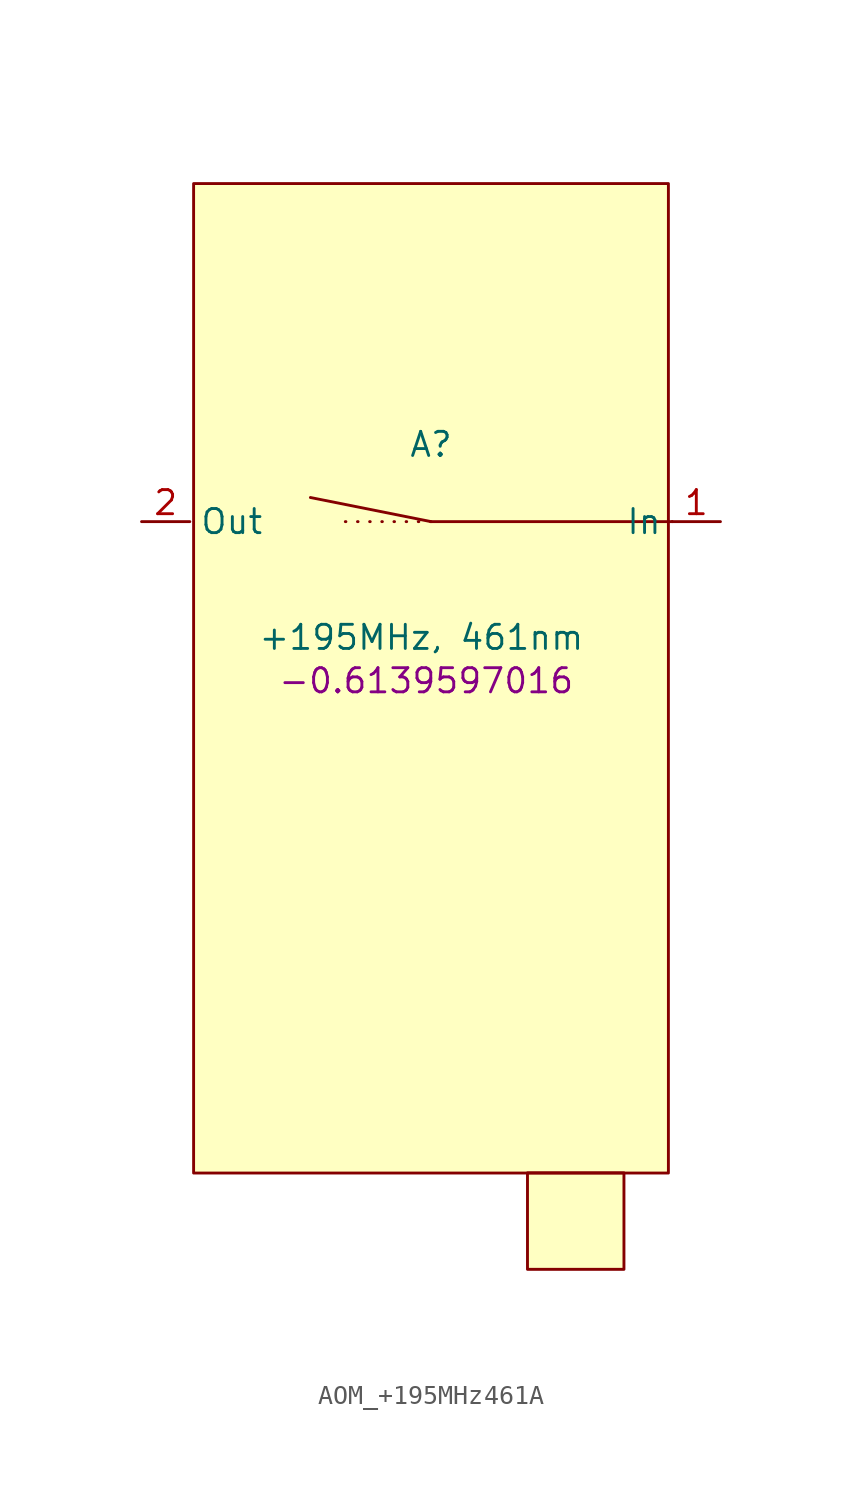
<source format=kicad_sym>
(kicad_symbol_lib
  (version 20241209)
  (generator "kicad_symbol_editor")
  (generator_version "9.0")
  (symbol "AOM_+195MHz461A"
    (property "Reference" "A"
      (at 0 4.064 0)
      (effects (font (size 1.27 1.27))))
    (property "Value" "+195MHz, 461nm"
      (at -0.508 -6.096 0)
      (effects (font (size 1.27 1.27))))
    (property "Angle" "-0.6139597016"
      (at -0.254 -8.382 0)
      (effects (font (size 1.27 1.27))))
    (symbol "AOM_+195MHz461A_1_1"
      (rectangle (start -12.5 17.8) (end 12.5 -34.3) (stroke (width 0) (type default)) (fill (type background)))
      (polyline (pts (xy 0 0) (xy -5.08 0)) (stroke (width 0) (type dot)) (fill (type none)))
      (rectangle (start 5.08 -34.29) (end 10.16 -39.37) (stroke (width 0) (type default)) (fill (type background)))
      (polyline (pts (xy 12.7 0) (xy 0 0) (xy -6.35 1.27)) (stroke (width 0) (type solid)) (fill (type none)))
      (pin passive line (at -15.24 0 0) (length 2.54) (name "Out" (effects (font (size 1.27 1.27)))) (number "2" (effects (font (size 1.27 1.27)))))
      (pin passive line (at 15.24 0 180) (length 2.54) (name "In" (effects (font (size 1.27 1.27)))) (number "1" (effects (font (size 1.27 1.27))))))))
</source>
